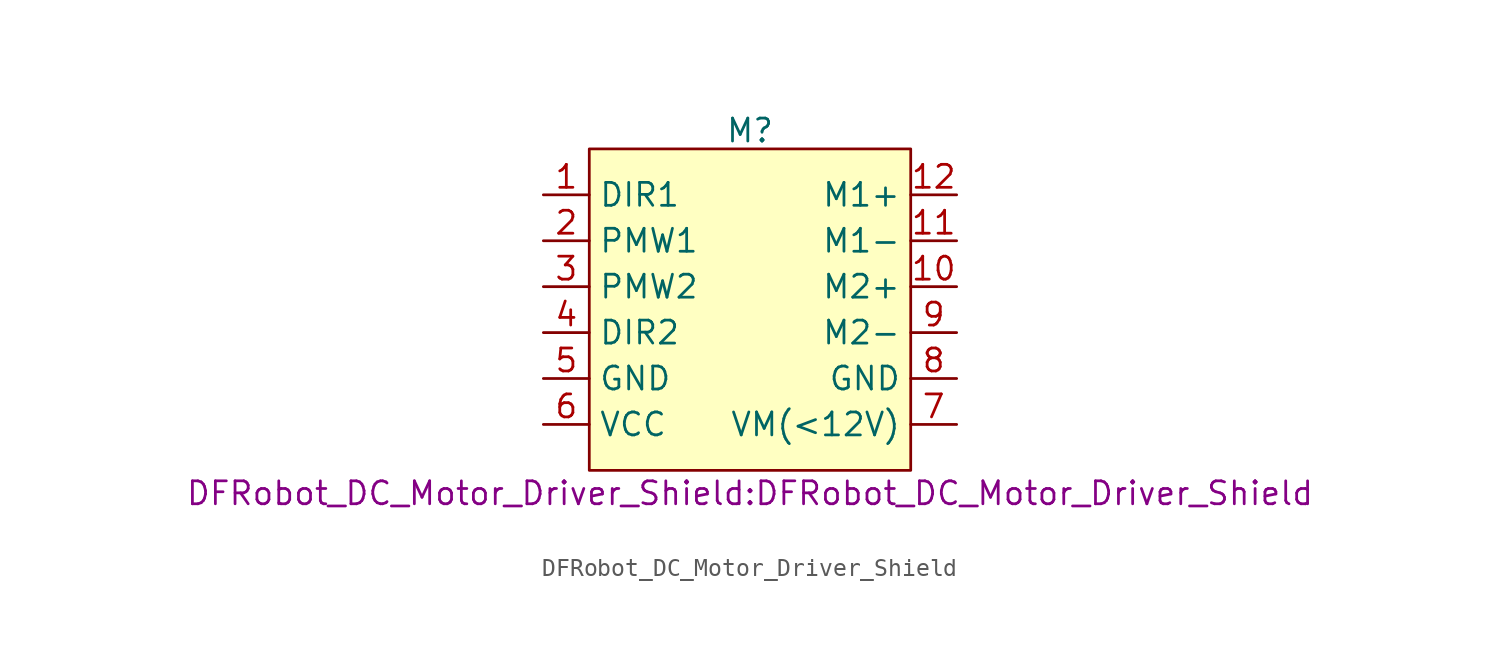
<source format=kicad_sym>
(kicad_symbol_lib
  (version 20231120)
  (generator "kicad_symbol_editor")
  (generator_version "8.0")
  (symbol "DFRobot_DC_Motor_Driver_Shield"
    (property "Reference" "M"
      (at 0 4.826 0)
      (effects (font (size 1.27 1.27))))
    (property "Value" ""
      (at -3.81 0 0)
      (effects (font (size 1.27 1.27))))
    (property "Footprint" "DFRobot_DC_Motor_Driver_Shield:DFRobot_DC_Motor_Driver_Shield"
      (at 0 -15.24 0)
      (effects (font (size 1.27 1.27))))
    (property "ki_locked" ""
      (at 0 0 0)
      (effects (font (size 1.27 1.27))))
    (symbol "DFRobot_DC_Motor_Driver_Shield_1_1"
      (rectangle (start -8.89 3.81) (end 8.89 -13.97) (stroke (width 0) (type default)) (fill (type background)))
      (pin input line (at -11.43 1.27 0) (length 2.54) (name "DIR1" (effects (font (size 1.27 1.27)))) (number "1" (effects (font (size 1.27 1.27)))))
      (pin input line (at 11.43 -3.81 180) (length 2.54) (name "M2+" (effects (font (size 1.27 1.27)))) (number "10" (effects (font (size 1.27 1.27)))))
      (pin power_in line (at 11.43 -1.27 180) (length 2.54) (name "M1-" (effects (font (size 1.27 1.27)))) (number "11" (effects (font (size 1.27 1.27)))))
      (pin power_in line (at 11.43 1.27 180) (length 2.54) (name "M1+" (effects (font (size 1.27 1.27)))) (number "12" (effects (font (size 1.27 1.27)))))
      (pin input line (at -11.43 -1.27 0) (length 2.54) (name "PMW1" (effects (font (size 1.27 1.27)))) (number "2" (effects (font (size 1.27 1.27)))))
      (pin input line (at -11.43 -3.81 0) (length 2.54) (name "PMW2" (effects (font (size 1.27 1.27)))) (number "3" (effects (font (size 1.27 1.27)))))
      (pin input line (at -11.43 -6.35 0) (length 2.54) (name "DIR2" (effects (font (size 1.27 1.27)))) (number "4" (effects (font (size 1.27 1.27)))))
      (pin power_in line (at -11.43 -8.89 0) (length 2.54) (name "GND" (effects (font (size 1.27 1.27)))) (number "5" (effects (font (size 1.27 1.27)))))
      (pin power_in line (at -11.43 -11.43 0) (length 2.54) (name "VCC" (effects (font (size 1.27 1.27)))) (number "6" (effects (font (size 1.27 1.27)))))
      (pin input line (at 11.43 -11.43 180) (length 2.54) (name "VM(<12V)" (effects (font (size 1.27 1.27)))) (number "7" (effects (font (size 1.27 1.27)))))
      (pin input line (at 11.43 -8.89 180) (length 2.54) (name "GND" (effects (font (size 1.27 1.27)))) (number "8" (effects (font (size 1.27 1.27)))))
      (pin input line (at 11.43 -6.35 180) (length 2.54) (name "M2-" (effects (font (size 1.27 1.27)))) (number "9" (effects (font (size 1.27 1.27))))))))
</source>
